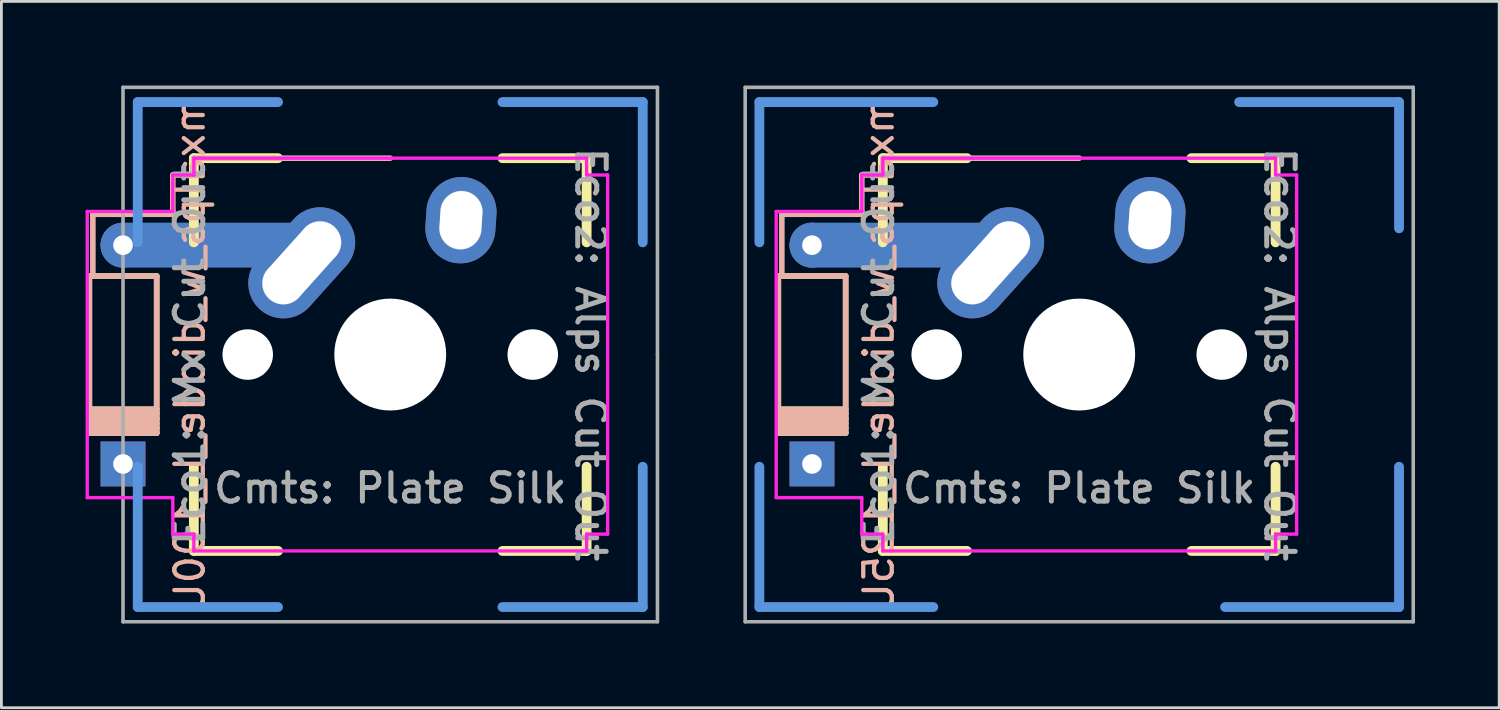
<source format=kicad_pcb>
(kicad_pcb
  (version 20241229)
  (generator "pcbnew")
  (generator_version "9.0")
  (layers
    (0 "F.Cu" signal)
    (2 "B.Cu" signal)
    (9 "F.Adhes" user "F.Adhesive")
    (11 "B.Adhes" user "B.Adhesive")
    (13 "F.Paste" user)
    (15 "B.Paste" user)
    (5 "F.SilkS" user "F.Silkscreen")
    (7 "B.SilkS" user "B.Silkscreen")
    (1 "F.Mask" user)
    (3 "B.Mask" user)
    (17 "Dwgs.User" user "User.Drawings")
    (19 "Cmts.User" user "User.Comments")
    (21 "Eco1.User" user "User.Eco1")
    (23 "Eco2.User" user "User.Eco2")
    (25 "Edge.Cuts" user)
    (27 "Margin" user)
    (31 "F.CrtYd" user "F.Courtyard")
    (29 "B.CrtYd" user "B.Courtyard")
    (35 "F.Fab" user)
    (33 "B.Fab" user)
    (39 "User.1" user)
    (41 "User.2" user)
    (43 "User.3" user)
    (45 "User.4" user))
  (footprint "mxalps_w_diode_L_100U"
    (layer "F.Cu")
    (at 10.86 9.588)
    (property "Reference" "mxalps_w_diode_L_100U" (at -7.144 0 90) (layer "B.SilkS") (effects (font (size 1.016 1.016) (thickness 0.152)) (justify mirror)))
    (attr through_hole)
    (fp_line (start -10.725 -2.8) (end -10.725 2.8) (stroke (width 0.2) (type solid)) (layer "F.SilkS"))
    (fp_line (start -8.325 -2.8) (end -10.725 -2.8) (stroke (width 0.2) (type solid)) (layer "F.SilkS"))
    (fp_line (start -8.325 1.95) (end -10.725 1.95) (stroke (width 0.2) (type solid)) (layer "F.SilkS"))
    (fp_line (start -8.325 2.1) (end -10.725 2.1) (stroke (width 0.2) (type solid)) (layer "F.SilkS"))
    (fp_line (start -8.325 2.275) (end -10.725 2.275) (stroke (width 0.2) (type solid)) (layer "F.SilkS"))
    (fp_line (start -8.325 2.45) (end -10.725 2.45) (stroke (width 0.2) (type solid)) (layer "F.SilkS"))
    (fp_line (start -8.325 2.625) (end -10.725 2.625) (stroke (width 0.2) (type solid)) (layer "F.SilkS"))
    (fp_line (start -8.325 2.8) (end -10.725 2.8) (stroke (width 0.2) (type solid)) (layer "F.SilkS"))
    (fp_line (start -8.325 2.8) (end -8.325 -2.8) (stroke (width 0.2) (type solid)) (layer "F.SilkS"))
    (fp_line (start -7 -7) (end -7 -4) (stroke (width 0.35) (type solid)) (layer "F.SilkS"))
    (fp_line (start -7 -7) (end -4 -7) (stroke (width 0.35) (type solid)) (layer "F.SilkS"))
    (fp_line (start -7 7) (end -7 4) (stroke (width 0.35) (type solid)) (layer "F.SilkS"))
    (fp_line (start -7 7) (end -4 7) (stroke (width 0.35) (type solid)) (layer "F.SilkS"))
    (fp_line (start 7 -7) (end 4 -7) (stroke (width 0.35) (type solid)) (layer "F.SilkS"))
    (fp_line (start 7 -7) (end 7 -4) (stroke (width 0.35) (type solid)) (layer "F.SilkS"))
    (fp_line (start 7 7) (end 4 7) (stroke (width 0.35) (type solid)) (layer "F.SilkS"))
    (fp_line (start 7 7) (end 7 4) (stroke (width 0.35) (type solid)) (layer "F.SilkS"))
    (fp_line (start -10.725 -2.8) (end -8.325 -2.8) (stroke (width 0.2) (type solid)) (layer "B.SilkS"))
    (fp_line (start -10.725 1.95) (end -8.325 1.95) (stroke (width 0.2) (type solid)) (layer "B.SilkS"))
    (fp_line (start -10.725 2.1) (end -8.325 2.1) (stroke (width 0.2) (type solid)) (layer "B.SilkS"))
    (fp_line (start -10.725 2.275) (end -8.325 2.275) (stroke (width 0.2) (type solid)) (layer "B.SilkS"))
    (fp_line (start -10.725 2.45) (end -8.325 2.45) (stroke (width 0.2) (type solid)) (layer "B.SilkS"))
    (fp_line (start -10.725 2.625) (end -8.325 2.625) (stroke (width 0.2) (type solid)) (layer "B.SilkS"))
    (fp_line (start -10.725 2.8) (end -10.725 -2.8) (stroke (width 0.2) (type solid)) (layer "B.SilkS"))
    (fp_line (start -10.725 2.8) (end -8.325 2.8) (stroke (width 0.2) (type solid)) (layer "B.SilkS"))
    (fp_line (start -10.6 -5) (end -10.6 -2.8) (stroke (width 0.2) (type solid)) (layer "B.SilkS"))
    (fp_line (start -8.325 -2.8) (end -8.325 2.8) (stroke (width 0.2) (type solid)) (layer "B.SilkS"))
    (fp_line (start -7.75 -6.4) (end -7.75 -5.1) (stroke (width 0.2) (type solid)) (layer "B.SilkS"))
    (fp_line (start -7.75 -5.1) (end -7.75 -5) (stroke (width 0.2) (type solid)) (layer "B.SilkS"))
    (fp_line (start -7.75 -5) (end -10.6 -5) (stroke (width 0.2) (type solid)) (layer "B.SilkS"))
    (fp_line (start -7 -7) (end -7 -6.4) (stroke (width 0.2) (type solid)) (layer "B.SilkS"))
    (fp_line (start -7 -6.4) (end -7.75 -6.4) (stroke (width 0.2) (type solid)) (layer "B.SilkS"))
    (fp_line (start 0 -7) (end -7 -7) (stroke (width 0.2) (type solid)) (layer "B.SilkS"))
    (fp_circle (center -3.81 -2.54) (end -3.06 -2.54) (stroke (width 0.01) (type solid)) (fill no) (layer "Dwgs.User"))
    (fp_circle (center -2.5 -4) (end -1.75 -4) (stroke (width 0.01) (type solid)) (fill no) (layer "Dwgs.User"))
    (fp_circle (center 2.5 -4.5) (end 3.25 -4.5) (stroke (width 0.01) (type solid)) (fill no) (layer "Dwgs.User"))
    (fp_circle (center 2.54 -5.08) (end 3.29 -5.08) (stroke (width 0.01) (type solid)) (fill no) (layer "Dwgs.User"))
    (fp_line (start -9 -9) (end -4 -9) (stroke (width 0.35) (type solid)) (layer "Cmts.User"))
    (fp_line (start -9 -4) (end -9 -9) (stroke (width 0.35) (type solid)) (layer "Cmts.User"))
    (fp_line (start -9 9) (end -9 4) (stroke (width 0.35) (type solid)) (layer "Cmts.User"))
    (fp_line (start -4 9) (end -9 9) (stroke (width 0.35) (type solid)) (layer "Cmts.User"))
    (fp_line (start 4 -9) (end 9 -9) (stroke (width 0.35) (type solid)) (layer "Cmts.User"))
    (fp_line (start 9 -9) (end 9 -4) (stroke (width 0.35) (type solid)) (layer "Cmts.User"))
    (fp_line (start 9 4) (end 9 9) (stroke (width 0.35) (type solid)) (layer "Cmts.User"))
    (fp_line (start 9 9) (end 4 9) (stroke (width 0.35) (type solid)) (layer "Cmts.User"))
    (fp_line (start -7 -7) (end -7 7) (stroke (width 0.1) (type solid)) (layer "Eco1.User"))
    (fp_line (start -7 7) (end 7 7) (stroke (width 0.1) (type solid)) (layer "Eco1.User"))
    (fp_line (start 7 -7) (end -7 -7) (stroke (width 0.1) (type solid)) (layer "Eco1.User"))
    (fp_line (start 7 7) (end 7 -7) (stroke (width 0.1) (type solid)) (layer "Eco1.User"))
    (fp_line (start -7.8 -6.4) (end -7.8 6.4) (stroke (width 0.1) (type solid)) (layer "Eco2.User"))
    (fp_line (start -7.8 6.4) (end 7.8 6.4) (stroke (width 0.1) (type solid)) (layer "Eco2.User"))
    (fp_line (start 7.8 -6.4) (end -7.8 -6.4) (stroke (width 0.1) (type solid)) (layer "Eco2.User"))
    (fp_line (start 7.8 6.4) (end 7.8 -6.4) (stroke (width 0.1) (type solid)) (layer "Eco2.User"))
    (fp_line (start -10.8 -5.1) (end -10.8 5.1) (stroke (width 0.12) (type solid)) (layer "F.CrtYd"))
    (fp_line (start -7.75 -6.4) (end -7.75 -5.1) (stroke (width 0.12) (type solid)) (layer "F.CrtYd"))
    (fp_line (start -7.75 -6.4) (end -7 -6.4) (stroke (width 0.12) (type solid)) (layer "F.CrtYd"))
    (fp_line (start -7.75 -5.1) (end -10.8 -5.1) (stroke (width 0.12) (type solid)) (layer "F.CrtYd"))
    (fp_line (start -7.75 5.1) (end -10.8 5.1) (stroke (width 0.12) (type solid)) (layer "F.CrtYd"))
    (fp_line (start -7.75 6.4) (end -7.75 5.1) (stroke (width 0.12) (type solid)) (layer "F.CrtYd"))
    (fp_line (start -7 -7) (end 7 -7) (stroke (width 0.12) (type solid)) (layer "F.CrtYd"))
    (fp_line (start -7 -6.4) (end -7 -7) (stroke (width 0.12) (type solid)) (layer "F.CrtYd"))
    (fp_line (start -7 6.4) (end -7.75 6.4) (stroke (width 0.12) (type solid)) (layer "F.CrtYd"))
    (fp_line (start -7 7) (end -7 6.4) (stroke (width 0.12) (type solid)) (layer "F.CrtYd"))
    (fp_line (start 7 -7) (end 7 -6.4) (stroke (width 0.12) (type solid)) (layer "F.CrtYd"))
    (fp_line (start 7 -6.4) (end 7.75 -6.4) (stroke (width 0.12) (type solid)) (layer "F.CrtYd"))
    (fp_line (start 7 6.4) (end 7 7) (stroke (width 0.12) (type solid)) (layer "F.CrtYd"))
    (fp_line (start 7 7) (end -7 7) (stroke (width 0.12) (type solid)) (layer "F.CrtYd"))
    (fp_line (start 7.75 -6.4) (end 7.75 6.4) (stroke (width 0.12) (type solid)) (layer "F.CrtYd"))
    (fp_line (start 7.75 6.4) (end 7 6.4) (stroke (width 0.12) (type solid)) (layer "F.CrtYd"))
    (fp_line (start -9.525 -9.525) (end -9.525 9.525) (stroke (width 0.127) (type solid)) (layer "F.Fab"))
    (fp_line (start -9.525 9.525) (end 9.525 9.525) (stroke (width 0.127) (type solid)) (layer "F.Fab"))
    (fp_line (start 9.525 -9.525) (end -9.525 -9.525) (stroke (width 0.127) (type solid)) (layer "F.Fab"))
    (fp_line (start 9.525 0) (end 9.525 -9.525) (stroke (width 0.127) (type solid)) (layer "F.Fab"))
    (fp_line (start 9.525 9.525) (end 9.525 0) (stroke (width 0.127) (type solid)) (layer "F.Fab"))
    (fp_text user "Eco2: Alps Cut Out" (at 7.144 0 270) (unlocked yes) (layer "F.Fab") (effects (font (size 1.016 1.016) (thickness 0.178))))
    (fp_text user "Eco1: Mx Cut Out" (at -7.144 0 90) (layer "F.Fab") (effects (font (size 1.016 1.016) (thickness 0.178))))
    (fp_text user "Cmts: Plate Silk" (at 0 4.763 0) (layer "F.Fab") (effects (font (size 1.016 1.016) (thickness 0.178))))
    (pad "" thru_hole circle (at -9.525 -3.9 270) (size 1.6 1.6) (drill 0.7) (layers "*.Cu" "*.Mask"))
    (pad "" connect oval (at -9.525 -3.9) (size 8.6 1.6) (drill (offset 3.5 0)) (layers "B.Cu"))
    (pad "" np_thru_hole circle (at -5.08 0) (size 1.8 1.8) (drill 1.8) (layers "*.Cu" "*.Mask"))
    (pad "" thru_hole oval (at -3.155 -3.27 318.1) (size 2.5 4.46) (drill oval 1.5 3.46) (layers "*.Cu" "*.Mask"))
    (pad "" np_thru_hole circle (at 0 0) (size 3.988 3.988) (drill 3.988) (layers "*.Cu" "*.Mask"))
    (pad "" np_thru_hole circle (at 5.08 0) (size 1.8 1.8) (drill 1.8) (layers "*.Cu" "*.Mask"))
    (pad "1" thru_hole oval (at 2.52 -4.79 356.1) (size 2.5 3.08) (drill oval 1.5 2.08) (layers "*.Cu" "*.Mask"))
    (pad "2" thru_hole rect (at -9.525 3.9 270) (size 1.6 1.6) (drill 0.7) (layers "*.Cu" "*.Mask")))
  (footprint "mxalps_w_diode_L_125U"
    (layer "F.Cu")
    (at 35.418 9.588)
    (property "Reference" "mxalps_w_diode_L_125U" (at -7.144 0 90) (layer "B.SilkS") (effects (font (size 1.016 1.016) (thickness 0.152)) (justify mirror)))
    (attr through_hole)
    (fp_line (start -10.725 -2.8) (end -10.725 2.8) (stroke (width 0.2) (type solid)) (layer "F.SilkS"))
    (fp_line (start -8.325 -2.8) (end -10.725 -2.8) (stroke (width 0.2) (type solid)) (layer "F.SilkS"))
    (fp_line (start -8.325 1.95) (end -10.725 1.95) (stroke (width 0.2) (type solid)) (layer "F.SilkS"))
    (fp_line (start -8.325 2.1) (end -10.725 2.1) (stroke (width 0.2) (type solid)) (layer "F.SilkS"))
    (fp_line (start -8.325 2.275) (end -10.725 2.275) (stroke (width 0.2) (type solid)) (layer "F.SilkS"))
    (fp_line (start -8.325 2.45) (end -10.725 2.45) (stroke (width 0.2) (type solid)) (layer "F.SilkS"))
    (fp_line (start -8.325 2.625) (end -10.725 2.625) (stroke (width 0.2) (type solid)) (layer "F.SilkS"))
    (fp_line (start -8.325 2.8) (end -10.725 2.8) (stroke (width 0.2) (type solid)) (layer "F.SilkS"))
    (fp_line (start -8.325 2.8) (end -8.325 -2.8) (stroke (width 0.2) (type solid)) (layer "F.SilkS"))
    (fp_line (start -7 -7) (end -7 -4) (stroke (width 0.35) (type solid)) (layer "F.SilkS"))
    (fp_line (start -7 -7) (end -4 -7) (stroke (width 0.35) (type solid)) (layer "F.SilkS"))
    (fp_line (start -7 7) (end -7 4) (stroke (width 0.35) (type solid)) (layer "F.SilkS"))
    (fp_line (start -7 7) (end -4 7) (stroke (width 0.35) (type solid)) (layer "F.SilkS"))
    (fp_line (start 7 -7) (end 4 -7) (stroke (width 0.35) (type solid)) (layer "F.SilkS"))
    (fp_line (start 7 -7) (end 7 -4) (stroke (width 0.35) (type solid)) (layer "F.SilkS"))
    (fp_line (start 7 7) (end 4 7) (stroke (width 0.35) (type solid)) (layer "F.SilkS"))
    (fp_line (start 7 7) (end 7 4) (stroke (width 0.35) (type solid)) (layer "F.SilkS"))
    (fp_line (start -10.725 -2.8) (end -8.325 -2.8) (stroke (width 0.2) (type solid)) (layer "B.SilkS"))
    (fp_line (start -10.725 1.95) (end -8.325 1.95) (stroke (width 0.2) (type solid)) (layer "B.SilkS"))
    (fp_line (start -10.725 2.1) (end -8.325 2.1) (stroke (width 0.2) (type solid)) (layer "B.SilkS"))
    (fp_line (start -10.725 2.275) (end -8.325 2.275) (stroke (width 0.2) (type solid)) (layer "B.SilkS"))
    (fp_line (start -10.725 2.45) (end -8.325 2.45) (stroke (width 0.2) (type solid)) (layer "B.SilkS"))
    (fp_line (start -10.725 2.625) (end -8.325 2.625) (stroke (width 0.2) (type solid)) (layer "B.SilkS"))
    (fp_line (start -10.725 2.8) (end -10.725 -2.8) (stroke (width 0.2) (type solid)) (layer "B.SilkS"))
    (fp_line (start -10.725 2.8) (end -8.325 2.8) (stroke (width 0.2) (type solid)) (layer "B.SilkS"))
    (fp_line (start -10.6 -5) (end -10.6 -2.8) (stroke (width 0.2) (type solid)) (layer "B.SilkS"))
    (fp_line (start -8.325 -2.8) (end -8.325 2.8) (stroke (width 0.2) (type solid)) (layer "B.SilkS"))
    (fp_line (start -7.75 -6.4) (end -7.75 -5.1) (stroke (width 0.2) (type solid)) (layer "B.SilkS"))
    (fp_line (start -7.75 -5.1) (end -7.75 -5) (stroke (width 0.2) (type solid)) (layer "B.SilkS"))
    (fp_line (start -7.75 -5) (end -10.6 -5) (stroke (width 0.2) (type solid)) (layer "B.SilkS"))
    (fp_line (start -7 -7) (end -7 -6.4) (stroke (width 0.2) (type solid)) (layer "B.SilkS"))
    (fp_line (start -7 -6.4) (end -7.75 -6.4) (stroke (width 0.2) (type solid)) (layer "B.SilkS"))
    (fp_line (start 0 -7) (end -7 -7) (stroke (width 0.2) (type solid)) (layer "B.SilkS"))
    (fp_circle (center -3.81 -2.54) (end -3.06 -2.54) (stroke (width 0.01) (type solid)) (fill no) (layer "Dwgs.User"))
    (fp_circle (center -2.5 -4) (end -1.75 -4) (stroke (width 0.01) (type solid)) (fill no) (layer "Dwgs.User"))
    (fp_circle (center 2.5 -4.5) (end 3.25 -4.5) (stroke (width 0.01) (type solid)) (fill no) (layer "Dwgs.User"))
    (fp_circle (center 2.54 -5.08) (end 3.29 -5.08) (stroke (width 0.01) (type solid)) (fill no) (layer "Dwgs.User"))
    (fp_line (start -11.4 -9) (end -11.4 -4) (stroke (width 0.35) (type solid)) (layer "Cmts.User"))
    (fp_line (start -11.4 -9) (end -5.2 -9) (stroke (width 0.35) (type solid)) (layer "Cmts.User"))
    (fp_line (start -11.4 9) (end -11.4 4) (stroke (width 0.35) (type solid)) (layer "Cmts.User"))
    (fp_line (start -11.4 9) (end -5.2 9) (stroke (width 0.35) (type solid)) (layer "Cmts.User"))
    (fp_line (start 11.4 -9) (end 5.7 -9) (stroke (width 0.35) (type solid)) (layer "Cmts.User"))
    (fp_line (start 11.4 -9) (end 11.4 -4.5) (stroke (width 0.35) (type solid)) (layer "Cmts.User"))
    (fp_line (start 11.4 9) (end 5.2 9) (stroke (width 0.35) (type solid)) (layer "Cmts.User"))
    (fp_line (start 11.4 9) (end 11.4 4) (stroke (width 0.35) (type solid)) (layer "Cmts.User"))
    (fp_line (start -7 -7) (end -7 7) (stroke (width 0.1) (type solid)) (layer "Eco1.User"))
    (fp_line (start -7 7) (end 7 7) (stroke (width 0.1) (type solid)) (layer "Eco1.User"))
    (fp_line (start 7 -7) (end -7 -7) (stroke (width 0.1) (type solid)) (layer "Eco1.User"))
    (fp_line (start 7 7) (end 7 -7) (stroke (width 0.1) (type solid)) (layer "Eco1.User"))
    (fp_line (start -7.8 -6.4) (end -7.8 6.4) (stroke (width 0.1) (type solid)) (layer "Eco2.User"))
    (fp_line (start -7.8 6.4) (end 7.8 6.4) (stroke (width 0.1) (type solid)) (layer "Eco2.User"))
    (fp_line (start 7.8 -6.4) (end -7.8 -6.4) (stroke (width 0.1) (type solid)) (layer "Eco2.User"))
    (fp_line (start 7.8 6.4) (end 7.8 -6.4) (stroke (width 0.1) (type solid)) (layer "Eco2.User"))
    (fp_line (start -10.8 -5.1) (end -10.8 5.1) (stroke (width 0.12) (type solid)) (layer "F.CrtYd"))
    (fp_line (start -7.75 -6.4) (end -7.75 -5.1) (stroke (width 0.12) (type solid)) (layer "F.CrtYd"))
    (fp_line (start -7.75 -6.4) (end -7 -6.4) (stroke (width 0.12) (type solid)) (layer "F.CrtYd"))
    (fp_line (start -7.75 -5.1) (end -10.8 -5.1) (stroke (width 0.12) (type solid)) (layer "F.CrtYd"))
    (fp_line (start -7.75 5.1) (end -10.8 5.1) (stroke (width 0.12) (type solid)) (layer "F.CrtYd"))
    (fp_line (start -7.75 6.4) (end -7.75 5.1) (stroke (width 0.12) (type solid)) (layer "F.CrtYd"))
    (fp_line (start -7 -7) (end 7 -7) (stroke (width 0.12) (type solid)) (layer "F.CrtYd"))
    (fp_line (start -7 -6.4) (end -7 -7) (stroke (width 0.12) (type solid)) (layer "F.CrtYd"))
    (fp_line (start -7 6.4) (end -7.75 6.4) (stroke (width 0.12) (type solid)) (layer "F.CrtYd"))
    (fp_line (start -7 7) (end -7 6.4) (stroke (width 0.12) (type solid)) (layer "F.CrtYd"))
    (fp_line (start 7 -7) (end 7 -6.4) (stroke (width 0.12) (type solid)) (layer "F.CrtYd"))
    (fp_line (start 7 -6.4) (end 7.75 -6.4) (stroke (width 0.12) (type solid)) (layer "F.CrtYd"))
    (fp_line (start 7 6.4) (end 7 7) (stroke (width 0.12) (type solid)) (layer "F.CrtYd"))
    (fp_line (start 7 7) (end -7 7) (stroke (width 0.12) (type solid)) (layer "F.CrtYd"))
    (fp_line (start 7.75 -6.4) (end 7.75 6.4) (stroke (width 0.12) (type solid)) (layer "F.CrtYd"))
    (fp_line (start 7.75 6.4) (end 7 6.4) (stroke (width 0.12) (type solid)) (layer "F.CrtYd"))
    (fp_line (start -11.906 9.525) (end -11.906 -9.525) (stroke (width 0.127) (type solid)) (layer "F.Fab"))
    (fp_line (start -11.906 9.525) (end 11.906 9.525) (stroke (width 0.127) (type solid)) (layer "F.Fab"))
    (fp_line (start 11.906 -9.525) (end -11.906 -9.525) (stroke (width 0.127) (type solid)) (layer "F.Fab"))
    (fp_line (start 11.906 -9.525) (end 11.906 9.525) (stroke (width 0.127) (type solid)) (layer "F.Fab"))
    (fp_text user "Eco2: Alps Cut Out" (at 7.144 0 270) (unlocked yes) (layer "F.Fab") (effects (font (size 1.016 1.016) (thickness 0.178))))
    (fp_text user "Eco1: Mx Cut Out" (at -7.144 0 90) (unlocked yes) (layer "F.Fab") (effects (font (size 1.016 1.016) (thickness 0.178))))
    (fp_text user "Cmts: Plate Silk" (at 0 4.763 0) (layer "F.Fab") (effects (font (size 1.016 1.016) (thickness 0.178))))
    (pad "" thru_hole circle (at -9.525 -3.9 270) (size 1.6 1.6) (drill 0.7) (layers "*.Cu" "*.Mask"))
    (pad "" connect oval (at -9.525 -3.9) (size 8.6 1.6) (drill (offset 3.5 0)) (layers "B.Cu"))
    (pad "" np_thru_hole circle (at -5.08 0) (size 1.8 1.8) (drill 1.8) (layers "*.Cu" "*.Mask"))
    (pad "" thru_hole oval (at -3.155 -3.27 318.1) (size 2.5 4.46) (drill oval 1.5 3.46) (layers "*.Cu" "*.Mask"))
    (pad "" np_thru_hole circle (at 0 0) (size 3.988 3.988) (drill 3.988) (layers "*.Cu" "*.Mask"))
    (pad "" np_thru_hole circle (at 5.08 0) (size 1.8 1.8) (drill 1.8) (layers "*.Cu" "*.Mask"))
    (pad "1" thru_hole oval (at 2.52 -4.79 356.1) (size 2.5 3.08) (drill oval 1.5 2.08) (layers "*.Cu" "*.Mask"))
    (pad "2" thru_hole rect (at -9.525 3.9 270) (size 1.6 1.6) (drill 0.7) (layers "*.Cu" "*.Mask")))
  (gr_rect
    (start -3 -3)
    (end 50.388 22.177)
    (stroke (width 0.1) (type default))
    (fill no)
    (layer "Edge.Cuts")))
</source>
